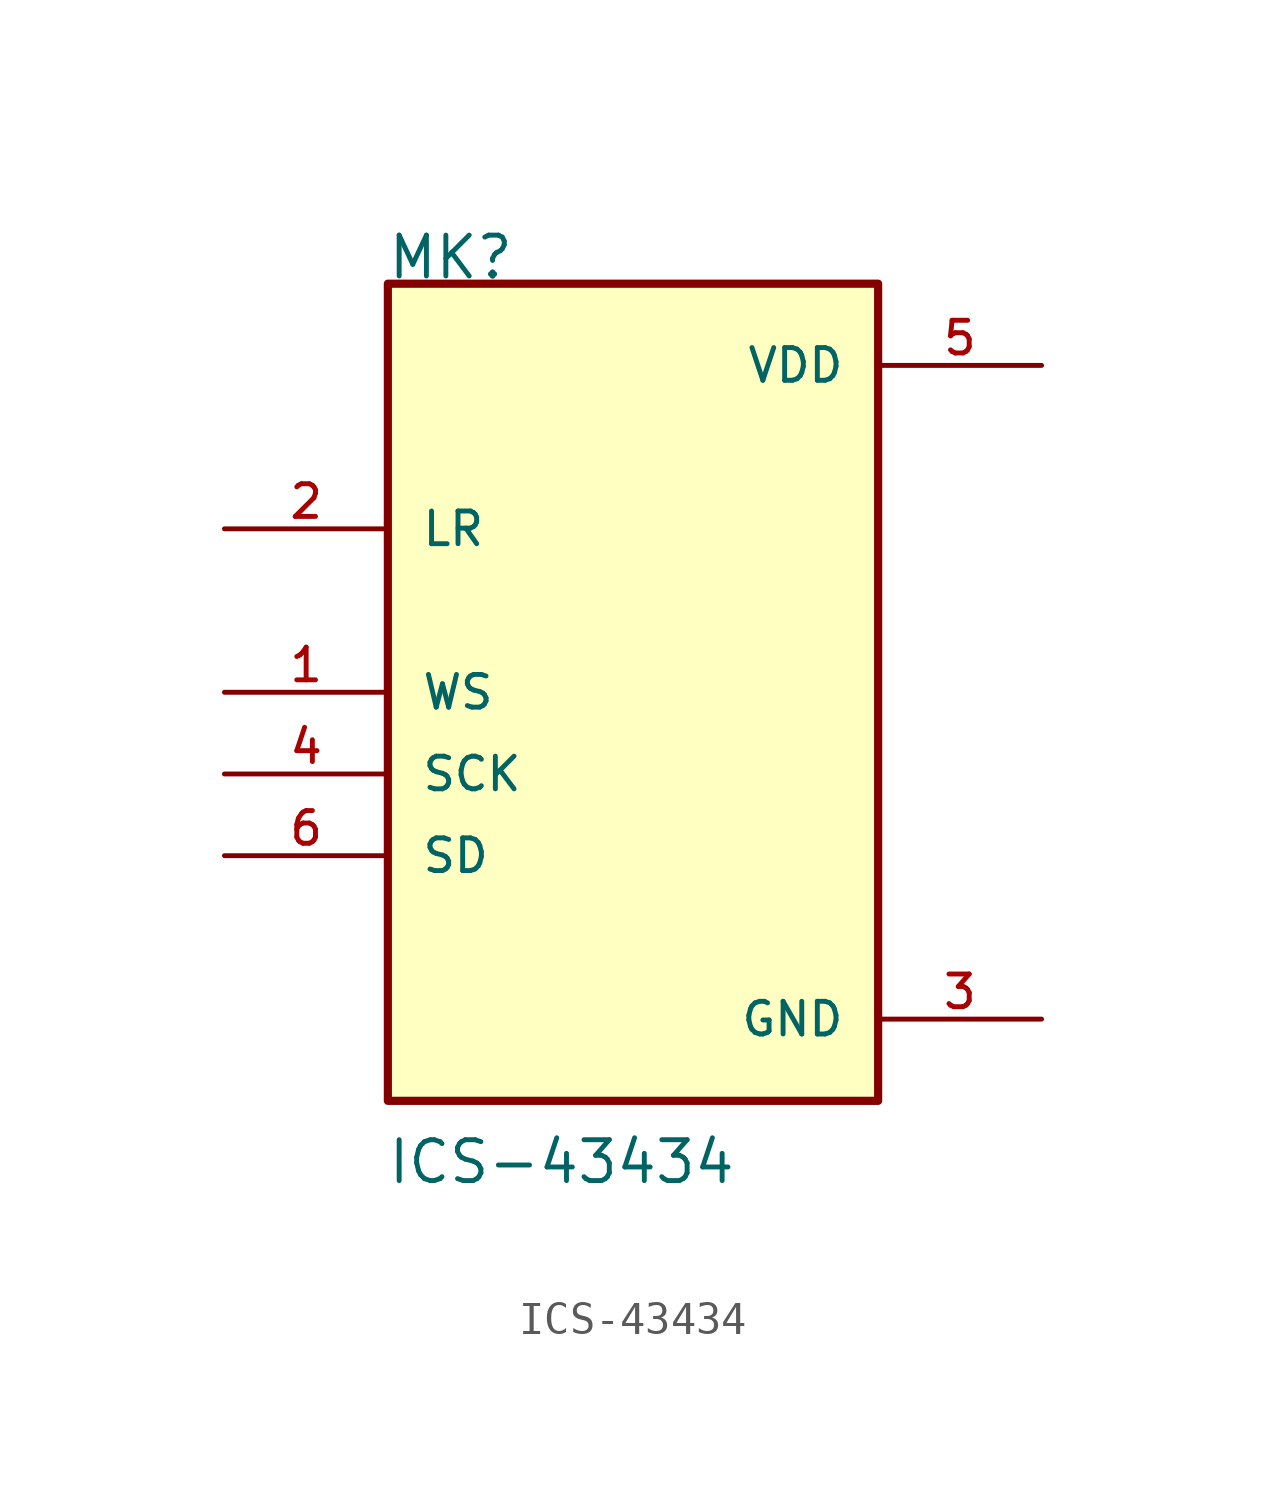
<source format=kicad_sym>
(kicad_symbol_lib
  (version 20201005)
  (generator kicad_symbol_editor)
  (symbol "NB3_ear:ICS-43434"
    (pin_names
      (offset 1.016))
    (property "Reference" "MK"
      (at -7.671 12.776 0)
      (effects (font (size 1.27 1.27)) (justify left bottom)))
    (property "Value" "ICS-43434"
      (at -7.671 -15.342 0)
      (effects (font (size 1.27 1.27)) (justify left bottom)))
    (property "ki_locked" ""
      (at 0 0 0)
      (effects (font (size 1.27 1.27))))
    (symbol "ICS-43434_0_0"
      (rectangle (start -7.62 -12.7) (end 7.62 12.7) (stroke (width 0.254)) (fill (type background)))
      (pin input line (at -12.7 0 0) (length 5.08) (name "WS" (effects (font (size 1.016 1.016)))) (number "1" (effects (font (size 1.016 1.016)))))
      (pin input line (at -12.7 5.08 0) (length 5.08) (name "LR" (effects (font (size 1.016 1.016)))) (number "2" (effects (font (size 1.016 1.016)))))
      (pin power_in line (at 12.7 -10.16 180) (length 5.08) (name "GND" (effects (font (size 1.016 1.016)))) (number "3" (effects (font (size 1.016 1.016)))))
      (pin input line (at -12.7 -2.54 0) (length 5.08) (name "SCK" (effects (font (size 1.016 1.016)))) (number "4" (effects (font (size 1.016 1.016)))))
      (pin power_in line (at 12.7 10.16 180) (length 5.08) (name "VDD" (effects (font (size 1.016 1.016)))) (number "5" (effects (font (size 1.016 1.016)))))
      (pin output line (at -12.7 -5.08 0) (length 5.08) (name "SD" (effects (font (size 1.016 1.016)))) (number "6" (effects (font (size 1.016 1.016))))))))
</source>
